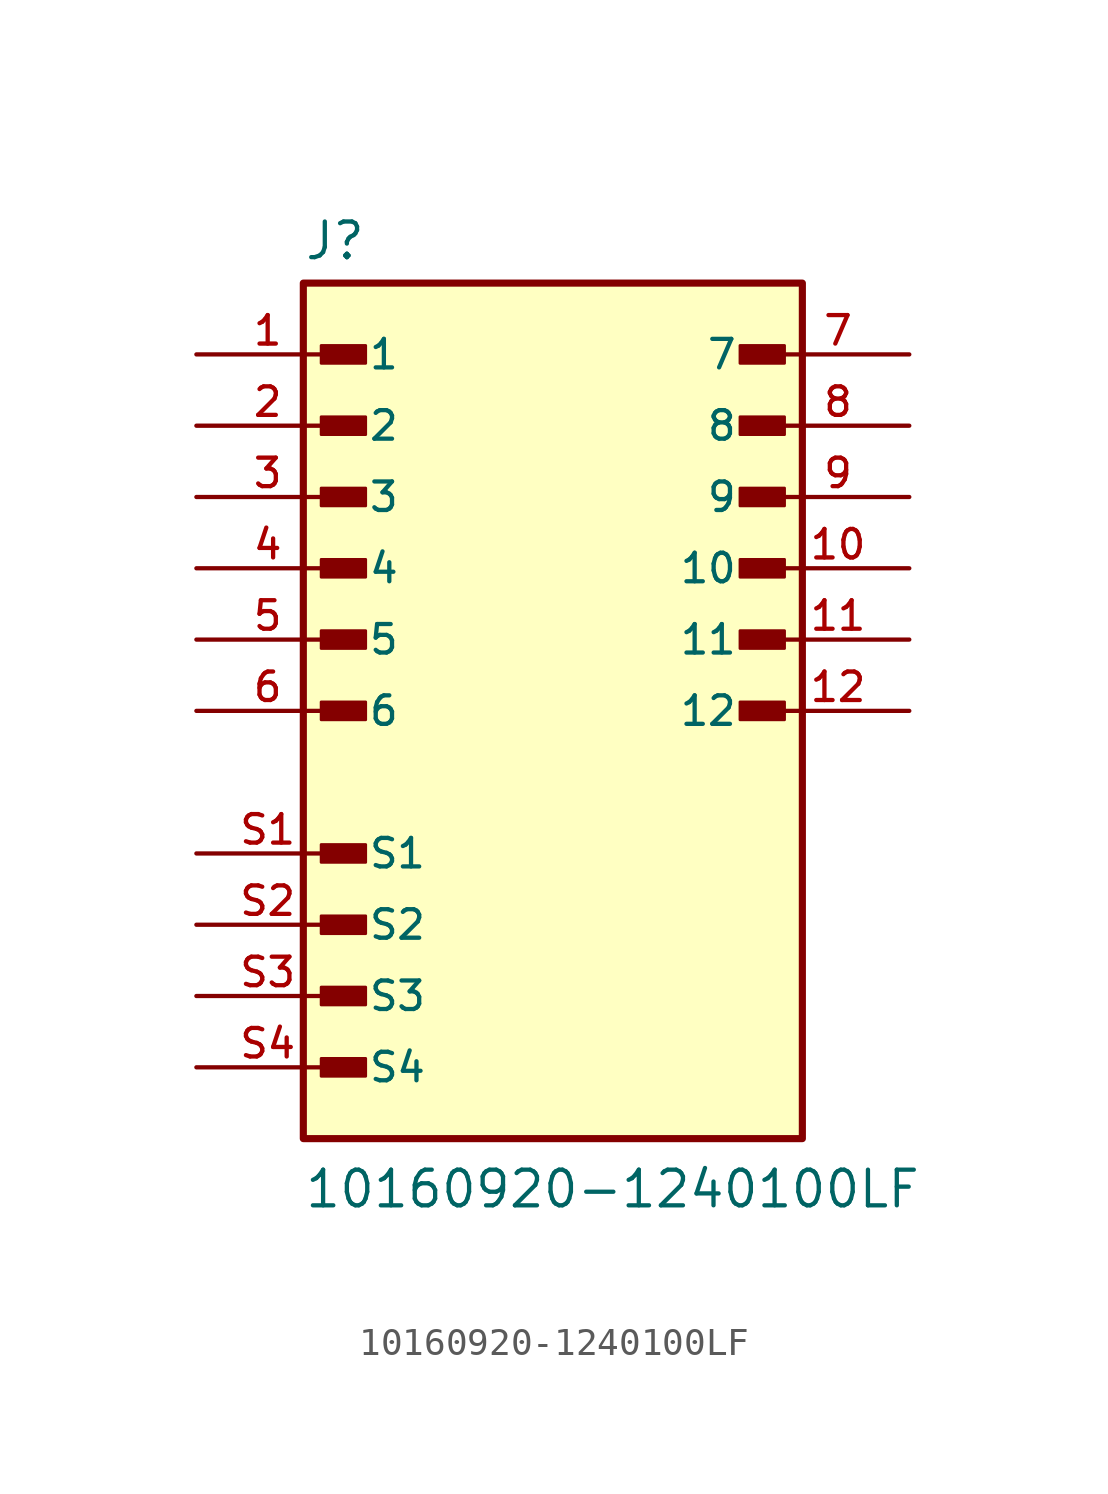
<source format=kicad_sym>
(kicad_symbol_lib
  (version 20211014)
  (generator kicad_symbol_editor)
  (symbol "10160920-1240100LF"
    (pin_names
      (offset 1.016))
    (property "Reference" "J"
      (at -8.89 16.002 0)
      (effects (font (size 1.27 1.27)) (justify bottom left)))
    (property "Value" "10160920-1240100LF"
      (at -8.89 -17.78 0)
      (effects (font (size 1.27 1.27)) (justify bottom left)))
    (symbol "10160920-1240100LF_0_0"
      (rectangle (start -8.255 12.383) (end -6.668 13.018) (stroke (width 0.1)) (fill (type outline)))
      (rectangle (start -8.255 9.842) (end -6.668 10.477) (stroke (width 0.1)) (fill (type outline)))
      (rectangle (start -8.255 7.303) (end -6.668 7.938) (stroke (width 0.1)) (fill (type outline)))
      (rectangle (start -8.255 4.763) (end -6.668 5.397) (stroke (width 0.1)) (fill (type outline)))
      (rectangle (start -8.255 2.223) (end -6.668 2.857) (stroke (width 0.1)) (fill (type outline)))
      (rectangle (start -8.255 -0.318) (end -6.668 0.318) (stroke (width 0.1)) (fill (type outline)))
      (rectangle (start -8.255 -5.397) (end -6.668 -4.763) (stroke (width 0.1)) (fill (type outline)))
      (rectangle (start -8.255 -7.938) (end -6.668 -7.303) (stroke (width 0.1)) (fill (type outline)))
      (rectangle (start -8.255 -10.477) (end -6.668 -9.842) (stroke (width 0.1)) (fill (type outline)))
      (rectangle (start -8.255 -13.018) (end -6.668 -12.383) (stroke (width 0.1)) (fill (type outline)))
      (rectangle (start 6.668 -0.318) (end 8.255 0.318) (stroke (width 0.1)) (fill (type outline)))
      (rectangle (start 6.668 2.223) (end 8.255 2.857) (stroke (width 0.1)) (fill (type outline)))
      (rectangle (start 6.668 4.763) (end 8.255 5.397) (stroke (width 0.1)) (fill (type outline)))
      (rectangle (start 6.668 7.303) (end 8.255 7.938) (stroke (width 0.1)) (fill (type outline)))
      (rectangle (start 6.668 9.842) (end 8.255 10.477) (stroke (width 0.1)) (fill (type outline)))
      (rectangle (start 6.668 12.383) (end 8.255 13.018) (stroke (width 0.1)) (fill (type outline)))
      (rectangle (start -8.89 -15.24) (end 8.89 15.24) (stroke (width 0.254)) (fill (type background)))
      (pin power_in line (at -12.7 12.7 0) (length 5.08) (name "1" (effects (font (size 1.016 1.016)))) (number "1" (effects (font (size 1.016 1.016)))))
      (pin passive line (at -12.7 -5.08 0) (length 5.08) (name "S1" (effects (font (size 1.016 1.016)))) (number "S1" (effects (font (size 1.016 1.016)))))
      (pin passive line (at -12.7 -7.62 0) (length 5.08) (name "S2" (effects (font (size 1.016 1.016)))) (number "S2" (effects (font (size 1.016 1.016)))))
      (pin passive line (at -12.7 -10.16 0) (length 5.08) (name "S3" (effects (font (size 1.016 1.016)))) (number "S3" (effects (font (size 1.016 1.016)))))
      (pin passive line (at -12.7 -12.7 0) (length 5.08) (name "S4" (effects (font (size 1.016 1.016)))) (number "S4" (effects (font (size 1.016 1.016)))))
      (pin power_in line (at -12.7 10.16 0) (length 5.08) (name "2" (effects (font (size 1.016 1.016)))) (number "2" (effects (font (size 1.016 1.016)))))
      (pin power_in line (at -12.7 7.62 0) (length 5.08) (name "3" (effects (font (size 1.016 1.016)))) (number "3" (effects (font (size 1.016 1.016)))))
      (pin power_in line (at -12.7 5.08 0) (length 5.08) (name "4" (effects (font (size 1.016 1.016)))) (number "4" (effects (font (size 1.016 1.016)))))
      (pin power_in line (at -12.7 2.54 0) (length 5.08) (name "5" (effects (font (size 1.016 1.016)))) (number "5" (effects (font (size 1.016 1.016)))))
      (pin power_in line (at -12.7 0.0 0) (length 5.08) (name "6" (effects (font (size 1.016 1.016)))) (number "6" (effects (font (size 1.016 1.016)))))
      (pin power_in line (at 12.7 12.7 180.0) (length 5.08) (name "7" (effects (font (size 1.016 1.016)))) (number "7" (effects (font (size 1.016 1.016)))))
      (pin power_in line (at 12.7 10.16 180.0) (length 5.08) (name "8" (effects (font (size 1.016 1.016)))) (number "8" (effects (font (size 1.016 1.016)))))
      (pin power_in line (at 12.7 7.62 180.0) (length 5.08) (name "9" (effects (font (size 1.016 1.016)))) (number "9" (effects (font (size 1.016 1.016)))))
      (pin power_in line (at 12.7 5.08 180.0) (length 5.08) (name "10" (effects (font (size 1.016 1.016)))) (number "10" (effects (font (size 1.016 1.016)))))
      (pin power_in line (at 12.7 2.54 180.0) (length 5.08) (name "11" (effects (font (size 1.016 1.016)))) (number "11" (effects (font (size 1.016 1.016)))))
      (pin power_in line (at 12.7 0.0 180.0) (length 5.08) (name "12" (effects (font (size 1.016 1.016)))) (number "12" (effects (font (size 1.016 1.016))))))))
</source>
